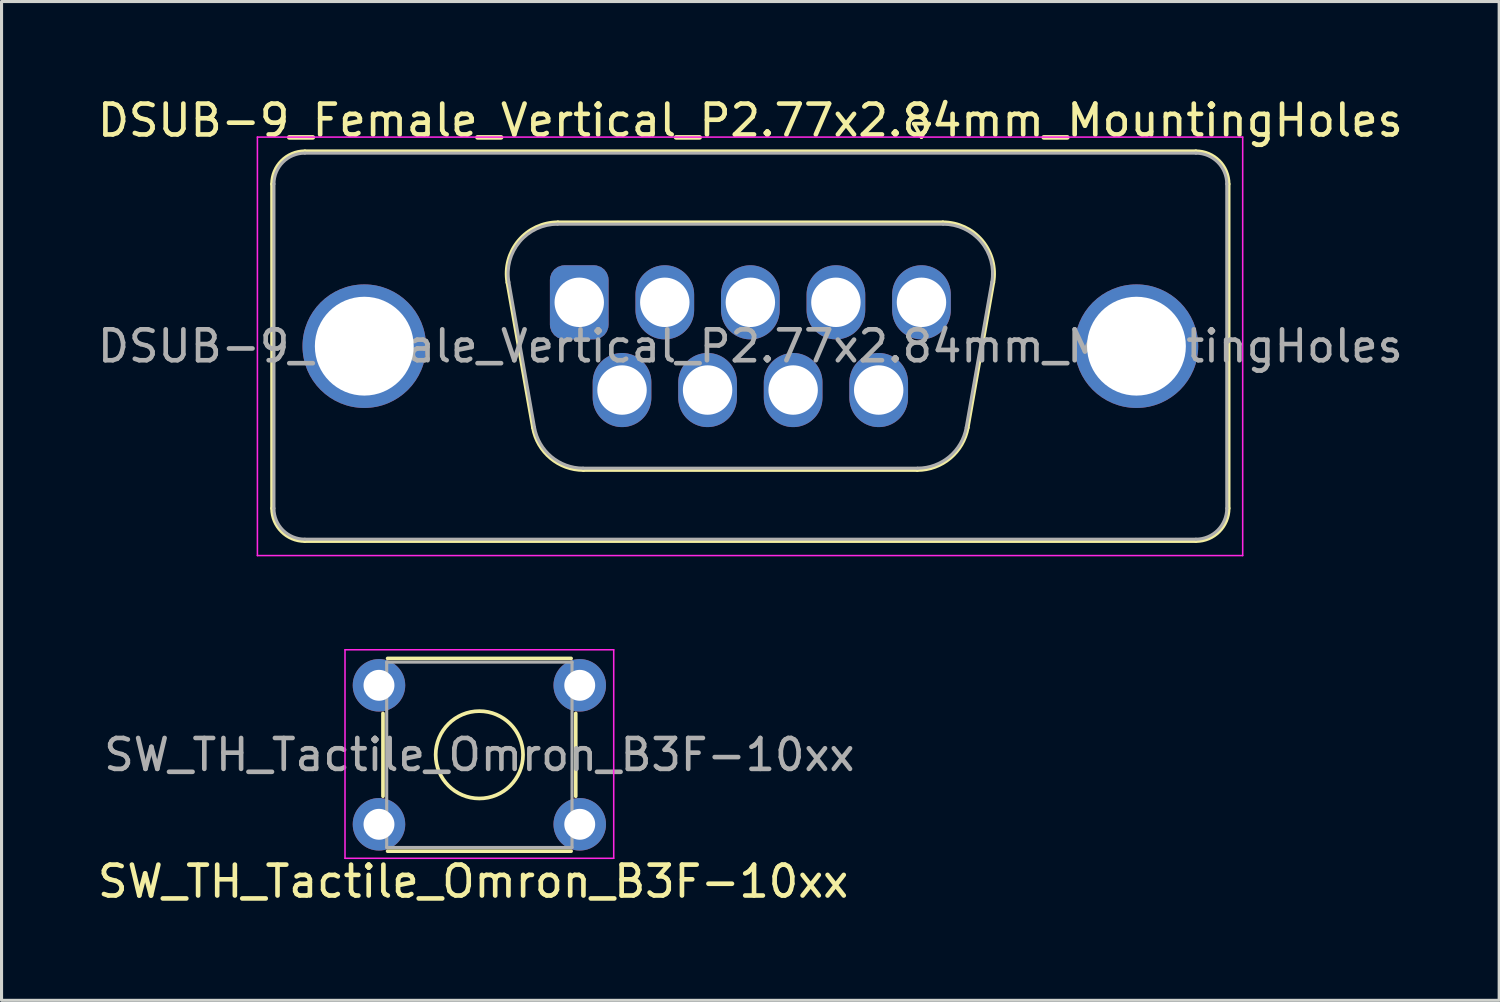
<source format=kicad_pcb>
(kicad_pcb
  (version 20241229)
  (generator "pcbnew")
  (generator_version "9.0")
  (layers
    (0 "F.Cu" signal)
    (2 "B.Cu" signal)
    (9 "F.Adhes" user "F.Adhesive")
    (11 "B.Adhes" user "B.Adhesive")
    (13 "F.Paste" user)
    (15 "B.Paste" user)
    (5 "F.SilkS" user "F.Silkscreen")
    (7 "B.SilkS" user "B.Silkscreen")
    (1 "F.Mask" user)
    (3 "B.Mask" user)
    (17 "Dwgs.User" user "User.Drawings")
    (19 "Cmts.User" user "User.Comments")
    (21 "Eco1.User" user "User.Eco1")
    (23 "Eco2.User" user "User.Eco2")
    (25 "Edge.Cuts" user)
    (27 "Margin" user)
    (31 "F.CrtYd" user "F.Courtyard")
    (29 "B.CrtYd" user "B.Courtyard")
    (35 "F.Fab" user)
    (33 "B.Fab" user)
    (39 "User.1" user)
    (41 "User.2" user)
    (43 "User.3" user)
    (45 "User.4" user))
  (footprint "SW_TH_Tactile_Omron_B3F-10xx"
    (layer "F.Cu")
    (at 9.22 19.138)
    (property "Reference" "SW_TH_Tactile_Omron_B3F-10xx" (at 3.048 6.35 0) (layer "F.SilkS") (effects (font (size 1 1) (thickness 0.15))))
    (attr through_hole)
    (fp_line (start 0.13 3.59) (end 0.13 0.91) (stroke (width 0.12) (type solid)) (layer "F.SilkS"))
    (fp_line (start 0.28 -0.87) (end 6.22 -0.87) (stroke (width 0.12) (type solid)) (layer "F.SilkS"))
    (fp_line (start 0.28 5.37) (end 6.22 5.37) (stroke (width 0.12) (type solid)) (layer "F.SilkS"))
    (fp_line (start 6.37 0.91) (end 6.37 3.59) (stroke (width 0.12) (type solid)) (layer "F.SilkS"))
    (fp_circle (center 3.25 2.25) (end 4.25 3.25) (stroke (width 0.12) (type solid)) (fill no) (layer "F.SilkS"))
    (fp_line (start -1.1 -1.15) (end -1.1 5.6) (stroke (width 0.05) (type solid)) (layer "F.CrtYd"))
    (fp_line (start -1.1 5.6) (end 7.6 5.6) (stroke (width 0.05) (type solid)) (layer "F.CrtYd"))
    (fp_line (start 7.6 -1.15) (end -1.1 -1.15) (stroke (width 0.05) (type solid)) (layer "F.CrtYd"))
    (fp_line (start 7.6 5.6) (end 7.6 -1.15) (stroke (width 0.05) (type solid)) (layer "F.CrtYd"))
    (fp_line (start 0.25 -0.75) (end 0.25 5.25) (stroke (width 0.1) (type solid)) (layer "F.Fab"))
    (fp_line (start 0.25 -0.75) (end 6.25 -0.75) (stroke (width 0.1) (type solid)) (layer "F.Fab"))
    (fp_line (start 0.25 5.25) (end 6.25 5.25) (stroke (width 0.1) (type solid)) (layer "F.Fab"))
    (fp_line (start 6.25 -0.75) (end 6.25 5.25) (stroke (width 0.1) (type solid)) (layer "F.Fab"))
    (fp_text user "${REFERENCE}" (at 3.25 2.25 0) (layer "F.Fab") (effects (font (size 1 1) (thickness 0.15))))
    (pad "1" thru_hole circle (at 6.5 0) (size 1.7 1.7) (drill 1) (layers "*.Cu" "*.Mask"))
    (pad "2" thru_hole circle (at 0 4.5) (size 1.7 1.7) (drill 1) (layers "*.Cu" "*.Mask"))
    (pad "3" thru_hole circle (at 0 0) (size 1.7 1.7) (drill 1) (layers "*.Cu" "*.Mask"))
    (pad "4" thru_hole circle (at 6.5 4.5) (size 1.7 1.7) (drill 1) (layers "*.Cu" "*.Mask")))
  (footprint "DSUB-9_Female_Vertical_P2.77x2.84mm_MountingHoles"
    (layer "F.Cu")
    (at 26.784 6.738)
    (property "Reference" "DSUB-9_Female_Vertical_P2.77x2.84mm_MountingHoles" (at -5.54 -5.89 0) (layer "F.SilkS") (effects (font (size 1 1) (thickness 0.15))))
    (attr through_hole)
    (fp_line (start -21.025 6.67) (end -21.025 -3.83) (stroke (width 0.12) (type solid)) (layer "F.SilkS"))
    (fp_line (start -19.965 -4.89) (end 8.885 -4.89) (stroke (width 0.12) (type solid)) (layer "F.SilkS"))
    (fp_line (start -13.406 -0.642) (end -12.578 4.058) (stroke (width 0.12) (type solid)) (layer "F.SilkS"))
    (fp_line (start -11.772 -2.59) (end 0.692 -2.59) (stroke (width 0.12) (type solid)) (layer "F.SilkS"))
    (fp_line (start -10.943 5.43) (end -0.137 5.43) (stroke (width 0.12) (type solid)) (layer "F.SilkS"))
    (fp_line (start -0.25 -5.784) (end 0.25 -5.784) (stroke (width 0.12) (type solid)) (layer "F.SilkS"))
    (fp_line (start 0 -5.351) (end -0.25 -5.784) (stroke (width 0.12) (type solid)) (layer "F.SilkS"))
    (fp_line (start 0.25 -5.784) (end 0 -5.351) (stroke (width 0.12) (type solid)) (layer "F.SilkS"))
    (fp_line (start 2.326 -0.642) (end 1.498 4.058) (stroke (width 0.12) (type solid)) (layer "F.SilkS"))
    (fp_line (start 8.885 7.73) (end -19.965 7.73) (stroke (width 0.12) (type solid)) (layer "F.SilkS"))
    (fp_line (start 9.945 -3.83) (end 9.945 6.67) (stroke (width 0.12) (type solid)) (layer "F.SilkS"))
    (fp_arc (start -21.025 -3.83) (mid -20.714533 -4.579533) (end -19.965 -4.89) (stroke (width 0.12) (type solid)) (layer "F.SilkS"))
    (fp_arc (start -19.965 7.73) (mid -20.714533 7.419533) (end -21.025 6.67) (stroke (width 0.12) (type solid)) (layer "F.SilkS"))
    (fp_arc (start -13.40647 -0.641744) (mid -13.043323 -1.997028) (end -11.771689 -2.59) (stroke (width 0.12) (type solid)) (layer "F.SilkS"))
    (fp_arc (start -10.942952 5.43) (mid -12.009979 5.041634) (end -12.577733 4.058256) (stroke (width 0.12) (type solid)) (layer "F.SilkS"))
    (fp_arc (start 0.691689 -2.59) (mid 1.963323 -1.997027) (end 2.32647 -0.641744) (stroke (width 0.12) (type solid)) (layer "F.SilkS"))
    (fp_arc (start 1.497733 4.058256) (mid 0.92998 5.041634) (end -0.137048 5.43) (stroke (width 0.12) (type solid)) (layer "F.SilkS"))
    (fp_arc (start 8.885 -4.89) (mid 9.634533 -4.579533) (end 9.945 -3.83) (stroke (width 0.12) (type solid)) (layer "F.SilkS"))
    (fp_arc (start 9.945 6.67) (mid 9.634533 7.419533) (end 8.885 7.73) (stroke (width 0.12) (type solid)) (layer "F.SilkS"))
    (fp_line (start -21.5 -5.35) (end -21.5 8.2) (stroke (width 0.05) (type solid)) (layer "F.CrtYd"))
    (fp_line (start -21.5 8.2) (end 10.4 8.2) (stroke (width 0.05) (type solid)) (layer "F.CrtYd"))
    (fp_line (start 10.4 -5.35) (end -21.5 -5.35) (stroke (width 0.05) (type solid)) (layer "F.CrtYd"))
    (fp_line (start 10.4 8.2) (end 10.4 -5.35) (stroke (width 0.05) (type solid)) (layer "F.CrtYd"))
    (fp_line (start -20.965 6.67) (end -20.965 -3.83) (stroke (width 0.1) (type solid)) (layer "F.Fab"))
    (fp_line (start -19.965 -4.83) (end 8.885 -4.83) (stroke (width 0.1) (type solid)) (layer "F.Fab"))
    (fp_line (start -13.359 -0.652) (end -12.53 4.048) (stroke (width 0.1) (type solid)) (layer "F.Fab"))
    (fp_line (start -11.783 -2.53) (end 0.703 -2.53) (stroke (width 0.1) (type solid)) (layer "F.Fab"))
    (fp_line (start -10.954 5.37) (end -0.126 5.37) (stroke (width 0.1) (type solid)) (layer "F.Fab"))
    (fp_line (start 2.279 -0.652) (end 1.45 4.048) (stroke (width 0.1) (type solid)) (layer "F.Fab"))
    (fp_line (start 8.885 7.67) (end -19.965 7.67) (stroke (width 0.1) (type solid)) (layer "F.Fab"))
    (fp_line (start 9.885 -3.83) (end 9.885 6.67) (stroke (width 0.1) (type solid)) (layer "F.Fab"))
    (fp_arc (start -20.965 -3.83) (mid -20.672107 -4.537107) (end -19.965 -4.83) (stroke (width 0.1) (type solid)) (layer "F.Fab"))
    (fp_arc (start -19.965 7.67) (mid -20.672107 7.377107) (end -20.965 6.67) (stroke (width 0.1) (type solid)) (layer "F.Fab"))
    (fp_arc (start -13.358886 -0.652163) (mid -13.008865 -1.95846) (end -11.783194 -2.53) (stroke (width 0.1) (type solid)) (layer "F.Fab"))
    (fp_arc (start -10.954457 5.37) (mid -11.982917 4.995671) (end -12.530149 4.047837) (stroke (width 0.1) (type solid)) (layer "F.Fab"))
    (fp_arc (start 0.703194 -2.53) (mid 1.928865 -1.95846) (end 2.278886 -0.652163) (stroke (width 0.1) (type solid)) (layer "F.Fab"))
    (fp_arc (start 1.450149 4.047837) (mid 0.902917 4.995671) (end -0.125543 5.37) (stroke (width 0.1) (type solid)) (layer "F.Fab"))
    (fp_arc (start 8.885 -4.83) (mid 9.592107 -4.537107) (end 9.885 -3.83) (stroke (width 0.1) (type solid)) (layer "F.Fab"))
    (fp_arc (start 9.885 6.67) (mid 9.592107 7.377107) (end 8.885 7.67) (stroke (width 0.1) (type solid)) (layer "F.Fab"))
    (fp_text user "${REFERENCE}" (at -5.54 1.42 0) (layer "F.Fab") (effects (font (size 1 1) (thickness 0.15))))
    (pad "0" thru_hole circle (at -18.04 1.42) (size 4 4) (drill 3.2) (layers "*.Cu" "*.Mask"))
    (pad "0" thru_hole circle (at 6.96 1.42) (size 4 4) (drill 3.2) (layers "*.Cu" "*.Mask"))
    (pad "1" thru_hole roundrect (at -11.08 0) (size 1.9 2.4) (drill 1.6) (layers "*.Cu" "*.Mask") (roundrect_rratio 0.25))
    (pad "2" thru_hole oval (at -8.31 0) (size 1.9 2.4) (drill 1.6) (layers "*.Cu" "*.Mask"))
    (pad "3" thru_hole oval (at -5.54 0) (size 1.9 2.4) (drill 1.6) (layers "*.Cu" "*.Mask"))
    (pad "4" thru_hole oval (at -2.77 0) (size 1.9 2.4) (drill 1.6) (layers "*.Cu" "*.Mask"))
    (pad "5" thru_hole oval (at 0 0) (size 1.9 2.4) (drill 1.6) (layers "*.Cu" "*.Mask"))
    (pad "6" thru_hole oval (at -9.695 2.84 180) (size 1.9 2.4) (drill 1.6) (layers "*.Cu" "*.Mask"))
    (pad "7" thru_hole oval (at -6.925 2.84) (size 1.9 2.4) (drill 1.6) (layers "*.Cu" "*.Mask"))
    (pad "8" thru_hole oval (at -4.155 2.84) (size 1.9 2.4) (drill 1.6) (layers "*.Cu" "*.Mask"))
    (pad "9" thru_hole oval (at -1.385 2.84) (size 1.9 2.4) (drill 1.6) (layers "*.Cu" "*.Mask")))
  (gr_rect
    (start -3 -3)
    (end 45.488 29.337)
    (stroke (width 0.1) (type default))
    (fill no)
    (layer "Edge.Cuts")))
</source>
